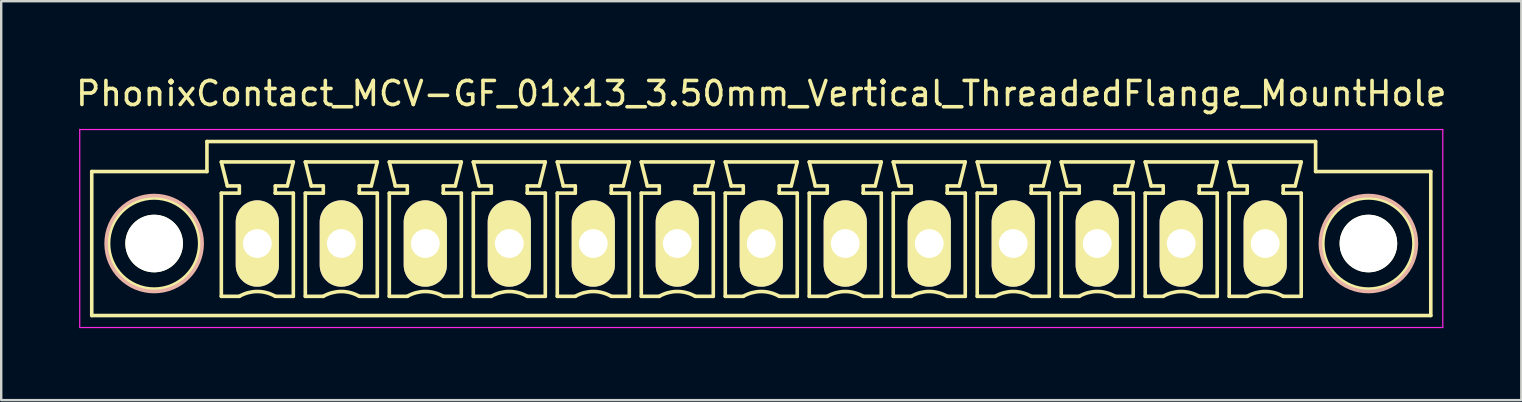
<source format=kicad_pcb>
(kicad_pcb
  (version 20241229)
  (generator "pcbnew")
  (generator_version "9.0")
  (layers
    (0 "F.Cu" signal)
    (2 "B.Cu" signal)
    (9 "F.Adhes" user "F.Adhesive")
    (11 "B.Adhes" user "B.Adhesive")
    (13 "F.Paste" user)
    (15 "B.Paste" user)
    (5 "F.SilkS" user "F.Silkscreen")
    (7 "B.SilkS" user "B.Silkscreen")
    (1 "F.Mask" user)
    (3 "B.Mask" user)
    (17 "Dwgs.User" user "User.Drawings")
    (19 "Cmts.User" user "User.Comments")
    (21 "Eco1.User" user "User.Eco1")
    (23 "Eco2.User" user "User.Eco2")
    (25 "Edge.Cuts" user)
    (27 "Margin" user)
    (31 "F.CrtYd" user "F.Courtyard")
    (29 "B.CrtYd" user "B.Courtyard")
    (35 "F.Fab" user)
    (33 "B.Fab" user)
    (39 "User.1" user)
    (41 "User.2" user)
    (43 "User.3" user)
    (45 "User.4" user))
  (footprint "PhonixContact_MCV-GF_01x13_3.50mm_Vertical_ThreadedFlange_MountHole"
    (layer "F.Cu")
    (at 7.673 7.098)
    (property "Reference" "PhonixContact_MCV-GF_01x13_3.50mm_Vertical_ThreadedFlange_MountHole" (at 21 -6.25 0) (layer "F.SilkS") (effects (font (size 1 1) (thickness 0.15))))
    (attr through_hole)
    (fp_line (start -6.9 -3) (end -6.9 3) (stroke (width 0.15) (type solid)) (layer "F.SilkS"))
    (fp_line (start -6.9 3) (end 48.9 3) (stroke (width 0.15) (type solid)) (layer "F.SilkS"))
    (fp_line (start -2.1 -4.25) (end -2.1 -3) (stroke (width 0.15) (type solid)) (layer "F.SilkS"))
    (fp_line (start -2.1 -3) (end -6.9 -3) (stroke (width 0.15) (type solid)) (layer "F.SilkS"))
    (fp_line (start -1.5 -3.4) (end 1.5 -3.4) (stroke (width 0.15) (type solid)) (layer "F.SilkS"))
    (fp_line (start -1.5 -2.1) (end -0.75 -2.1) (stroke (width 0.15) (type solid)) (layer "F.SilkS"))
    (fp_line (start -1.5 2.2) (end -1.5 -2.1) (stroke (width 0.15) (type solid)) (layer "F.SilkS"))
    (fp_line (start -1.25 -2.4) (end -1.5 -3.4) (stroke (width 0.15) (type solid)) (layer "F.SilkS"))
    (fp_line (start -0.75 -2.4) (end -1.25 -2.4) (stroke (width 0.15) (type solid)) (layer "F.SilkS"))
    (fp_line (start -0.75 -2.1) (end -0.75 -2.4) (stroke (width 0.15) (type solid)) (layer "F.SilkS"))
    (fp_line (start -0.75 2.2) (end -1.5 2.2) (stroke (width 0.15) (type solid)) (layer "F.SilkS"))
    (fp_line (start 0.75 -2.4) (end 0.75 -2.1) (stroke (width 0.15) (type solid)) (layer "F.SilkS"))
    (fp_line (start 0.75 -2.1) (end 0.75 -2.1) (stroke (width 0.15) (type solid)) (layer "F.SilkS"))
    (fp_line (start 0.75 -2.1) (end 1.5 -2.1) (stroke (width 0.15) (type solid)) (layer "F.SilkS"))
    (fp_line (start 1.25 -2.4) (end 0.75 -2.4) (stroke (width 0.15) (type solid)) (layer "F.SilkS"))
    (fp_line (start 1.5 -3.4) (end 1.25 -2.4) (stroke (width 0.15) (type solid)) (layer "F.SilkS"))
    (fp_line (start 1.5 -2.1) (end 1.5 2.2) (stroke (width 0.15) (type solid)) (layer "F.SilkS"))
    (fp_line (start 1.5 2.2) (end 0.75 2.2) (stroke (width 0.15) (type solid)) (layer "F.SilkS"))
    (fp_line (start 2 -3.4) (end 5 -3.4) (stroke (width 0.15) (type solid)) (layer "F.SilkS"))
    (fp_line (start 2 -2.1) (end 2.75 -2.1) (stroke (width 0.15) (type solid)) (layer "F.SilkS"))
    (fp_line (start 2 2.2) (end 2 -2.1) (stroke (width 0.15) (type solid)) (layer "F.SilkS"))
    (fp_line (start 2.25 -2.4) (end 2 -3.4) (stroke (width 0.15) (type solid)) (layer "F.SilkS"))
    (fp_line (start 2.75 -2.4) (end 2.25 -2.4) (stroke (width 0.15) (type solid)) (layer "F.SilkS"))
    (fp_line (start 2.75 -2.1) (end 2.75 -2.4) (stroke (width 0.15) (type solid)) (layer "F.SilkS"))
    (fp_line (start 2.75 2.2) (end 2 2.2) (stroke (width 0.15) (type solid)) (layer "F.SilkS"))
    (fp_line (start 4.25 -2.4) (end 4.25 -2.1) (stroke (width 0.15) (type solid)) (layer "F.SilkS"))
    (fp_line (start 4.25 -2.1) (end 4.25 -2.1) (stroke (width 0.15) (type solid)) (layer "F.SilkS"))
    (fp_line (start 4.25 -2.1) (end 5 -2.1) (stroke (width 0.15) (type solid)) (layer "F.SilkS"))
    (fp_line (start 4.75 -2.4) (end 4.25 -2.4) (stroke (width 0.15) (type solid)) (layer "F.SilkS"))
    (fp_line (start 5 -3.4) (end 4.75 -2.4) (stroke (width 0.15) (type solid)) (layer "F.SilkS"))
    (fp_line (start 5 -2.1) (end 5 2.2) (stroke (width 0.15) (type solid)) (layer "F.SilkS"))
    (fp_line (start 5 2.2) (end 4.25 2.2) (stroke (width 0.15) (type solid)) (layer "F.SilkS"))
    (fp_line (start 5.5 -3.4) (end 8.5 -3.4) (stroke (width 0.15) (type solid)) (layer "F.SilkS"))
    (fp_line (start 5.5 -2.1) (end 6.25 -2.1) (stroke (width 0.15) (type solid)) (layer "F.SilkS"))
    (fp_line (start 5.5 2.2) (end 5.5 -2.1) (stroke (width 0.15) (type solid)) (layer "F.SilkS"))
    (fp_line (start 5.75 -2.4) (end 5.5 -3.4) (stroke (width 0.15) (type solid)) (layer "F.SilkS"))
    (fp_line (start 6.25 -2.4) (end 5.75 -2.4) (stroke (width 0.15) (type solid)) (layer "F.SilkS"))
    (fp_line (start 6.25 -2.1) (end 6.25 -2.4) (stroke (width 0.15) (type solid)) (layer "F.SilkS"))
    (fp_line (start 6.25 2.2) (end 5.5 2.2) (stroke (width 0.15) (type solid)) (layer "F.SilkS"))
    (fp_line (start 7.75 -2.4) (end 7.75 -2.1) (stroke (width 0.15) (type solid)) (layer "F.SilkS"))
    (fp_line (start 7.75 -2.1) (end 7.75 -2.1) (stroke (width 0.15) (type solid)) (layer "F.SilkS"))
    (fp_line (start 7.75 -2.1) (end 8.5 -2.1) (stroke (width 0.15) (type solid)) (layer "F.SilkS"))
    (fp_line (start 8.25 -2.4) (end 7.75 -2.4) (stroke (width 0.15) (type solid)) (layer "F.SilkS"))
    (fp_line (start 8.5 -3.4) (end 8.25 -2.4) (stroke (width 0.15) (type solid)) (layer "F.SilkS"))
    (fp_line (start 8.5 -2.1) (end 8.5 2.2) (stroke (width 0.15) (type solid)) (layer "F.SilkS"))
    (fp_line (start 8.5 2.2) (end 7.75 2.2) (stroke (width 0.15) (type solid)) (layer "F.SilkS"))
    (fp_line (start 9 -3.4) (end 12 -3.4) (stroke (width 0.15) (type solid)) (layer "F.SilkS"))
    (fp_line (start 9 -2.1) (end 9.75 -2.1) (stroke (width 0.15) (type solid)) (layer "F.SilkS"))
    (fp_line (start 9 2.2) (end 9 -2.1) (stroke (width 0.15) (type solid)) (layer "F.SilkS"))
    (fp_line (start 9.25 -2.4) (end 9 -3.4) (stroke (width 0.15) (type solid)) (layer "F.SilkS"))
    (fp_line (start 9.75 -2.4) (end 9.25 -2.4) (stroke (width 0.15) (type solid)) (layer "F.SilkS"))
    (fp_line (start 9.75 -2.1) (end 9.75 -2.4) (stroke (width 0.15) (type solid)) (layer "F.SilkS"))
    (fp_line (start 9.75 2.2) (end 9 2.2) (stroke (width 0.15) (type solid)) (layer "F.SilkS"))
    (fp_line (start 11.25 -2.4) (end 11.25 -2.1) (stroke (width 0.15) (type solid)) (layer "F.SilkS"))
    (fp_line (start 11.25 -2.1) (end 11.25 -2.1) (stroke (width 0.15) (type solid)) (layer "F.SilkS"))
    (fp_line (start 11.25 -2.1) (end 12 -2.1) (stroke (width 0.15) (type solid)) (layer "F.SilkS"))
    (fp_line (start 11.75 -2.4) (end 11.25 -2.4) (stroke (width 0.15) (type solid)) (layer "F.SilkS"))
    (fp_line (start 12 -3.4) (end 11.75 -2.4) (stroke (width 0.15) (type solid)) (layer "F.SilkS"))
    (fp_line (start 12 -2.1) (end 12 2.2) (stroke (width 0.15) (type solid)) (layer "F.SilkS"))
    (fp_line (start 12 2.2) (end 11.25 2.2) (stroke (width 0.15) (type solid)) (layer "F.SilkS"))
    (fp_line (start 12.5 -3.4) (end 15.5 -3.4) (stroke (width 0.15) (type solid)) (layer "F.SilkS"))
    (fp_line (start 12.5 -2.1) (end 13.25 -2.1) (stroke (width 0.15) (type solid)) (layer "F.SilkS"))
    (fp_line (start 12.5 2.2) (end 12.5 -2.1) (stroke (width 0.15) (type solid)) (layer "F.SilkS"))
    (fp_line (start 12.75 -2.4) (end 12.5 -3.4) (stroke (width 0.15) (type solid)) (layer "F.SilkS"))
    (fp_line (start 13.25 -2.4) (end 12.75 -2.4) (stroke (width 0.15) (type solid)) (layer "F.SilkS"))
    (fp_line (start 13.25 -2.1) (end 13.25 -2.4) (stroke (width 0.15) (type solid)) (layer "F.SilkS"))
    (fp_line (start 13.25 2.2) (end 12.5 2.2) (stroke (width 0.15) (type solid)) (layer "F.SilkS"))
    (fp_line (start 14.75 -2.4) (end 14.75 -2.1) (stroke (width 0.15) (type solid)) (layer "F.SilkS"))
    (fp_line (start 14.75 -2.1) (end 14.75 -2.1) (stroke (width 0.15) (type solid)) (layer "F.SilkS"))
    (fp_line (start 14.75 -2.1) (end 15.5 -2.1) (stroke (width 0.15) (type solid)) (layer "F.SilkS"))
    (fp_line (start 15.25 -2.4) (end 14.75 -2.4) (stroke (width 0.15) (type solid)) (layer "F.SilkS"))
    (fp_line (start 15.5 -3.4) (end 15.25 -2.4) (stroke (width 0.15) (type solid)) (layer "F.SilkS"))
    (fp_line (start 15.5 -2.1) (end 15.5 2.2) (stroke (width 0.15) (type solid)) (layer "F.SilkS"))
    (fp_line (start 15.5 2.2) (end 14.75 2.2) (stroke (width 0.15) (type solid)) (layer "F.SilkS"))
    (fp_line (start 16 -3.4) (end 19 -3.4) (stroke (width 0.15) (type solid)) (layer "F.SilkS"))
    (fp_line (start 16 -2.1) (end 16.75 -2.1) (stroke (width 0.15) (type solid)) (layer "F.SilkS"))
    (fp_line (start 16 2.2) (end 16 -2.1) (stroke (width 0.15) (type solid)) (layer "F.SilkS"))
    (fp_line (start 16.25 -2.4) (end 16 -3.4) (stroke (width 0.15) (type solid)) (layer "F.SilkS"))
    (fp_line (start 16.75 -2.4) (end 16.25 -2.4) (stroke (width 0.15) (type solid)) (layer "F.SilkS"))
    (fp_line (start 16.75 -2.1) (end 16.75 -2.4) (stroke (width 0.15) (type solid)) (layer "F.SilkS"))
    (fp_line (start 16.75 2.2) (end 16 2.2) (stroke (width 0.15) (type solid)) (layer "F.SilkS"))
    (fp_line (start 18.25 -2.4) (end 18.25 -2.1) (stroke (width 0.15) (type solid)) (layer "F.SilkS"))
    (fp_line (start 18.25 -2.1) (end 18.25 -2.1) (stroke (width 0.15) (type solid)) (layer "F.SilkS"))
    (fp_line (start 18.25 -2.1) (end 19 -2.1) (stroke (width 0.15) (type solid)) (layer "F.SilkS"))
    (fp_line (start 18.75 -2.4) (end 18.25 -2.4) (stroke (width 0.15) (type solid)) (layer "F.SilkS"))
    (fp_line (start 19 -3.4) (end 18.75 -2.4) (stroke (width 0.15) (type solid)) (layer "F.SilkS"))
    (fp_line (start 19 -2.1) (end 19 2.2) (stroke (width 0.15) (type solid)) (layer "F.SilkS"))
    (fp_line (start 19 2.2) (end 18.25 2.2) (stroke (width 0.15) (type solid)) (layer "F.SilkS"))
    (fp_line (start 19.5 -3.4) (end 22.5 -3.4) (stroke (width 0.15) (type solid)) (layer "F.SilkS"))
    (fp_line (start 19.5 -2.1) (end 20.25 -2.1) (stroke (width 0.15) (type solid)) (layer "F.SilkS"))
    (fp_line (start 19.5 2.2) (end 19.5 -2.1) (stroke (width 0.15) (type solid)) (layer "F.SilkS"))
    (fp_line (start 19.75 -2.4) (end 19.5 -3.4) (stroke (width 0.15) (type solid)) (layer "F.SilkS"))
    (fp_line (start 20.25 -2.4) (end 19.75 -2.4) (stroke (width 0.15) (type solid)) (layer "F.SilkS"))
    (fp_line (start 20.25 -2.1) (end 20.25 -2.4) (stroke (width 0.15) (type solid)) (layer "F.SilkS"))
    (fp_line (start 20.25 2.2) (end 19.5 2.2) (stroke (width 0.15) (type solid)) (layer "F.SilkS"))
    (fp_line (start 21.75 -2.4) (end 21.75 -2.1) (stroke (width 0.15) (type solid)) (layer "F.SilkS"))
    (fp_line (start 21.75 -2.1) (end 21.75 -2.1) (stroke (width 0.15) (type solid)) (layer "F.SilkS"))
    (fp_line (start 21.75 -2.1) (end 22.5 -2.1) (stroke (width 0.15) (type solid)) (layer "F.SilkS"))
    (fp_line (start 22.25 -2.4) (end 21.75 -2.4) (stroke (width 0.15) (type solid)) (layer "F.SilkS"))
    (fp_line (start 22.5 -3.4) (end 22.25 -2.4) (stroke (width 0.15) (type solid)) (layer "F.SilkS"))
    (fp_line (start 22.5 -2.1) (end 22.5 2.2) (stroke (width 0.15) (type solid)) (layer "F.SilkS"))
    (fp_line (start 22.5 2.2) (end 21.75 2.2) (stroke (width 0.15) (type solid)) (layer "F.SilkS"))
    (fp_line (start 23 -3.4) (end 26 -3.4) (stroke (width 0.15) (type solid)) (layer "F.SilkS"))
    (fp_line (start 23 -2.1) (end 23.75 -2.1) (stroke (width 0.15) (type solid)) (layer "F.SilkS"))
    (fp_line (start 23 2.2) (end 23 -2.1) (stroke (width 0.15) (type solid)) (layer "F.SilkS"))
    (fp_line (start 23.25 -2.4) (end 23 -3.4) (stroke (width 0.15) (type solid)) (layer "F.SilkS"))
    (fp_line (start 23.75 -2.4) (end 23.25 -2.4) (stroke (width 0.15) (type solid)) (layer "F.SilkS"))
    (fp_line (start 23.75 -2.1) (end 23.75 -2.4) (stroke (width 0.15) (type solid)) (layer "F.SilkS"))
    (fp_line (start 23.75 2.2) (end 23 2.2) (stroke (width 0.15) (type solid)) (layer "F.SilkS"))
    (fp_line (start 25.25 -2.4) (end 25.25 -2.1) (stroke (width 0.15) (type solid)) (layer "F.SilkS"))
    (fp_line (start 25.25 -2.1) (end 25.25 -2.1) (stroke (width 0.15) (type solid)) (layer "F.SilkS"))
    (fp_line (start 25.25 -2.1) (end 26 -2.1) (stroke (width 0.15) (type solid)) (layer "F.SilkS"))
    (fp_line (start 25.75 -2.4) (end 25.25 -2.4) (stroke (width 0.15) (type solid)) (layer "F.SilkS"))
    (fp_line (start 26 -3.4) (end 25.75 -2.4) (stroke (width 0.15) (type solid)) (layer "F.SilkS"))
    (fp_line (start 26 -2.1) (end 26 2.2) (stroke (width 0.15) (type solid)) (layer "F.SilkS"))
    (fp_line (start 26 2.2) (end 25.25 2.2) (stroke (width 0.15) (type solid)) (layer "F.SilkS"))
    (fp_line (start 26.5 -3.4) (end 29.5 -3.4) (stroke (width 0.15) (type solid)) (layer "F.SilkS"))
    (fp_line (start 26.5 -2.1) (end 27.25 -2.1) (stroke (width 0.15) (type solid)) (layer "F.SilkS"))
    (fp_line (start 26.5 2.2) (end 26.5 -2.1) (stroke (width 0.15) (type solid)) (layer "F.SilkS"))
    (fp_line (start 26.75 -2.4) (end 26.5 -3.4) (stroke (width 0.15) (type solid)) (layer "F.SilkS"))
    (fp_line (start 27.25 -2.4) (end 26.75 -2.4) (stroke (width 0.15) (type solid)) (layer "F.SilkS"))
    (fp_line (start 27.25 -2.1) (end 27.25 -2.4) (stroke (width 0.15) (type solid)) (layer "F.SilkS"))
    (fp_line (start 27.25 2.2) (end 26.5 2.2) (stroke (width 0.15) (type solid)) (layer "F.SilkS"))
    (fp_line (start 28.75 -2.4) (end 28.75 -2.1) (stroke (width 0.15) (type solid)) (layer "F.SilkS"))
    (fp_line (start 28.75 -2.1) (end 28.75 -2.1) (stroke (width 0.15) (type solid)) (layer "F.SilkS"))
    (fp_line (start 28.75 -2.1) (end 29.5 -2.1) (stroke (width 0.15) (type solid)) (layer "F.SilkS"))
    (fp_line (start 29.25 -2.4) (end 28.75 -2.4) (stroke (width 0.15) (type solid)) (layer "F.SilkS"))
    (fp_line (start 29.5 -3.4) (end 29.25 -2.4) (stroke (width 0.15) (type solid)) (layer "F.SilkS"))
    (fp_line (start 29.5 -2.1) (end 29.5 2.2) (stroke (width 0.15) (type solid)) (layer "F.SilkS"))
    (fp_line (start 29.5 2.2) (end 28.75 2.2) (stroke (width 0.15) (type solid)) (layer "F.SilkS"))
    (fp_line (start 30 -3.4) (end 33 -3.4) (stroke (width 0.15) (type solid)) (layer "F.SilkS"))
    (fp_line (start 30 -2.1) (end 30.75 -2.1) (stroke (width 0.15) (type solid)) (layer "F.SilkS"))
    (fp_line (start 30 2.2) (end 30 -2.1) (stroke (width 0.15) (type solid)) (layer "F.SilkS"))
    (fp_line (start 30.25 -2.4) (end 30 -3.4) (stroke (width 0.15) (type solid)) (layer "F.SilkS"))
    (fp_line (start 30.75 -2.4) (end 30.25 -2.4) (stroke (width 0.15) (type solid)) (layer "F.SilkS"))
    (fp_line (start 30.75 -2.1) (end 30.75 -2.4) (stroke (width 0.15) (type solid)) (layer "F.SilkS"))
    (fp_line (start 30.75 2.2) (end 30 2.2) (stroke (width 0.15) (type solid)) (layer "F.SilkS"))
    (fp_line (start 32.25 -2.4) (end 32.25 -2.1) (stroke (width 0.15) (type solid)) (layer "F.SilkS"))
    (fp_line (start 32.25 -2.1) (end 32.25 -2.1) (stroke (width 0.15) (type solid)) (layer "F.SilkS"))
    (fp_line (start 32.25 -2.1) (end 33 -2.1) (stroke (width 0.15) (type solid)) (layer "F.SilkS"))
    (fp_line (start 32.75 -2.4) (end 32.25 -2.4) (stroke (width 0.15) (type solid)) (layer "F.SilkS"))
    (fp_line (start 33 -3.4) (end 32.75 -2.4) (stroke (width 0.15) (type solid)) (layer "F.SilkS"))
    (fp_line (start 33 -2.1) (end 33 2.2) (stroke (width 0.15) (type solid)) (layer "F.SilkS"))
    (fp_line (start 33 2.2) (end 32.25 2.2) (stroke (width 0.15) (type solid)) (layer "F.SilkS"))
    (fp_line (start 33.5 -3.4) (end 36.5 -3.4) (stroke (width 0.15) (type solid)) (layer "F.SilkS"))
    (fp_line (start 33.5 -2.1) (end 34.25 -2.1) (stroke (width 0.15) (type solid)) (layer "F.SilkS"))
    (fp_line (start 33.5 2.2) (end 33.5 -2.1) (stroke (width 0.15) (type solid)) (layer "F.SilkS"))
    (fp_line (start 33.75 -2.4) (end 33.5 -3.4) (stroke (width 0.15) (type solid)) (layer "F.SilkS"))
    (fp_line (start 34.25 -2.4) (end 33.75 -2.4) (stroke (width 0.15) (type solid)) (layer "F.SilkS"))
    (fp_line (start 34.25 -2.1) (end 34.25 -2.4) (stroke (width 0.15) (type solid)) (layer "F.SilkS"))
    (fp_line (start 34.25 2.2) (end 33.5 2.2) (stroke (width 0.15) (type solid)) (layer "F.SilkS"))
    (fp_line (start 35.75 -2.4) (end 35.75 -2.1) (stroke (width 0.15) (type solid)) (layer "F.SilkS"))
    (fp_line (start 35.75 -2.1) (end 35.75 -2.1) (stroke (width 0.15) (type solid)) (layer "F.SilkS"))
    (fp_line (start 35.75 -2.1) (end 36.5 -2.1) (stroke (width 0.15) (type solid)) (layer "F.SilkS"))
    (fp_line (start 36.25 -2.4) (end 35.75 -2.4) (stroke (width 0.15) (type solid)) (layer "F.SilkS"))
    (fp_line (start 36.5 -3.4) (end 36.25 -2.4) (stroke (width 0.15) (type solid)) (layer "F.SilkS"))
    (fp_line (start 36.5 -2.1) (end 36.5 2.2) (stroke (width 0.15) (type solid)) (layer "F.SilkS"))
    (fp_line (start 36.5 2.2) (end 35.75 2.2) (stroke (width 0.15) (type solid)) (layer "F.SilkS"))
    (fp_line (start 37 -3.4) (end 40 -3.4) (stroke (width 0.15) (type solid)) (layer "F.SilkS"))
    (fp_line (start 37 -2.1) (end 37.75 -2.1) (stroke (width 0.15) (type solid)) (layer "F.SilkS"))
    (fp_line (start 37 2.2) (end 37 -2.1) (stroke (width 0.15) (type solid)) (layer "F.SilkS"))
    (fp_line (start 37.25 -2.4) (end 37 -3.4) (stroke (width 0.15) (type solid)) (layer "F.SilkS"))
    (fp_line (start 37.75 -2.4) (end 37.25 -2.4) (stroke (width 0.15) (type solid)) (layer "F.SilkS"))
    (fp_line (start 37.75 -2.1) (end 37.75 -2.4) (stroke (width 0.15) (type solid)) (layer "F.SilkS"))
    (fp_line (start 37.75 2.2) (end 37 2.2) (stroke (width 0.15) (type solid)) (layer "F.SilkS"))
    (fp_line (start 39.25 -2.4) (end 39.25 -2.1) (stroke (width 0.15) (type solid)) (layer "F.SilkS"))
    (fp_line (start 39.25 -2.1) (end 39.25 -2.1) (stroke (width 0.15) (type solid)) (layer "F.SilkS"))
    (fp_line (start 39.25 -2.1) (end 40 -2.1) (stroke (width 0.15) (type solid)) (layer "F.SilkS"))
    (fp_line (start 39.75 -2.4) (end 39.25 -2.4) (stroke (width 0.15) (type solid)) (layer "F.SilkS"))
    (fp_line (start 40 -3.4) (end 39.75 -2.4) (stroke (width 0.15) (type solid)) (layer "F.SilkS"))
    (fp_line (start 40 -2.1) (end 40 2.2) (stroke (width 0.15) (type solid)) (layer "F.SilkS"))
    (fp_line (start 40 2.2) (end 39.25 2.2) (stroke (width 0.15) (type solid)) (layer "F.SilkS"))
    (fp_line (start 40.5 -3.4) (end 43.5 -3.4) (stroke (width 0.15) (type solid)) (layer "F.SilkS"))
    (fp_line (start 40.5 -2.1) (end 41.25 -2.1) (stroke (width 0.15) (type solid)) (layer "F.SilkS"))
    (fp_line (start 40.5 2.2) (end 40.5 -2.1) (stroke (width 0.15) (type solid)) (layer "F.SilkS"))
    (fp_line (start 40.75 -2.4) (end 40.5 -3.4) (stroke (width 0.15) (type solid)) (layer "F.SilkS"))
    (fp_line (start 41.25 -2.4) (end 40.75 -2.4) (stroke (width 0.15) (type solid)) (layer "F.SilkS"))
    (fp_line (start 41.25 -2.1) (end 41.25 -2.4) (stroke (width 0.15) (type solid)) (layer "F.SilkS"))
    (fp_line (start 41.25 2.2) (end 40.5 2.2) (stroke (width 0.15) (type solid)) (layer "F.SilkS"))
    (fp_line (start 42.75 -2.4) (end 42.75 -2.1) (stroke (width 0.15) (type solid)) (layer "F.SilkS"))
    (fp_line (start 42.75 -2.1) (end 42.75 -2.1) (stroke (width 0.15) (type solid)) (layer "F.SilkS"))
    (fp_line (start 42.75 -2.1) (end 43.5 -2.1) (stroke (width 0.15) (type solid)) (layer "F.SilkS"))
    (fp_line (start 43.25 -2.4) (end 42.75 -2.4) (stroke (width 0.15) (type solid)) (layer "F.SilkS"))
    (fp_line (start 43.5 -3.4) (end 43.25 -2.4) (stroke (width 0.15) (type solid)) (layer "F.SilkS"))
    (fp_line (start 43.5 -2.1) (end 43.5 2.2) (stroke (width 0.15) (type solid)) (layer "F.SilkS"))
    (fp_line (start 43.5 2.2) (end 42.75 2.2) (stroke (width 0.15) (type solid)) (layer "F.SilkS"))
    (fp_line (start 44.1 -4.25) (end -2.1 -4.25) (stroke (width 0.15) (type solid)) (layer "F.SilkS"))
    (fp_line (start 44.1 -3) (end 44.1 -4.25) (stroke (width 0.15) (type solid)) (layer "F.SilkS"))
    (fp_line (start 48.9 -3) (end 44.1 -3) (stroke (width 0.15) (type solid)) (layer "F.SilkS"))
    (fp_line (start 48.9 3) (end 48.9 -3) (stroke (width 0.15) (type solid)) (layer "F.SilkS"))
    (fp_arc (start -0.75 2.2) (mid -0.006068 1.999179) (end 0.739464 2.193978) (stroke (width 0.15) (type solid)) (layer "F.SilkS"))
    (fp_arc (start 2.75 2.2) (mid 3.493932 1.999179) (end 4.239464 2.193978) (stroke (width 0.15) (type solid)) (layer "F.SilkS"))
    (fp_arc (start 6.25 2.2) (mid 6.993932 1.999179) (end 7.739464 2.193978) (stroke (width 0.15) (type solid)) (layer "F.SilkS"))
    (fp_arc (start 9.75 2.2) (mid 10.493932 1.999179) (end 11.239464 2.193978) (stroke (width 0.15) (type solid)) (layer "F.SilkS"))
    (fp_arc (start 13.25 2.2) (mid 13.993932 1.999179) (end 14.739464 2.193978) (stroke (width 0.15) (type solid)) (layer "F.SilkS"))
    (fp_arc (start 16.75 2.2) (mid 17.493932 1.999179) (end 18.239464 2.193978) (stroke (width 0.15) (type solid)) (layer "F.SilkS"))
    (fp_arc (start 20.25 2.2) (mid 20.993932 1.999179) (end 21.739464 2.193978) (stroke (width 0.15) (type solid)) (layer "F.SilkS"))
    (fp_arc (start 23.75 2.2) (mid 24.493932 1.999179) (end 25.239464 2.193978) (stroke (width 0.15) (type solid)) (layer "F.SilkS"))
    (fp_arc (start 27.25 2.2) (mid 27.993932 1.999179) (end 28.739464 2.193978) (stroke (width 0.15) (type solid)) (layer "F.SilkS"))
    (fp_arc (start 30.75 2.2) (mid 31.493932 1.999179) (end 32.239464 2.193978) (stroke (width 0.15) (type solid)) (layer "F.SilkS"))
    (fp_arc (start 34.25 2.2) (mid 34.993932 1.999179) (end 35.739464 2.193978) (stroke (width 0.15) (type solid)) (layer "F.SilkS"))
    (fp_arc (start 37.75 2.2) (mid 38.493932 1.999179) (end 39.239464 2.193978) (stroke (width 0.15) (type solid)) (layer "F.SilkS"))
    (fp_arc (start 41.25 2.2) (mid 41.993932 1.999179) (end 42.739464 2.193978) (stroke (width 0.15) (type solid)) (layer "F.SilkS"))
    (fp_circle (center -4.3 0) (end -2.4 0) (stroke (width 0.15) (type solid)) (fill no) (layer "F.SilkS"))
    (fp_circle (center 46.3 0) (end 48.2 0) (stroke (width 0.15) (type solid)) (fill no) (layer "F.SilkS"))
    (fp_circle (center -4.3 0) (end -2.3 0) (stroke (width 0.15) (type solid)) (fill no) (layer "B.SilkS"))
    (fp_circle (center 46.3 0) (end 48.3 0) (stroke (width 0.15) (type solid)) (fill no) (layer "B.SilkS"))
    (fp_line (start -7.4 -4.75) (end -7.4 3.5) (stroke (width 0.05) (type solid)) (layer "F.CrtYd"))
    (fp_line (start -7.4 3.5) (end 49.4 3.5) (stroke (width 0.05) (type solid)) (layer "F.CrtYd"))
    (fp_line (start 49.4 -4.75) (end -7.4 -4.75) (stroke (width 0.05) (type solid)) (layer "F.CrtYd"))
    (fp_line (start 49.4 3.5) (end 49.4 -4.75) (stroke (width 0.05) (type solid)) (layer "F.CrtYd"))
    (pad "" np_thru_hole circle (at -4.3 0) (size 2.4 2.4) (drill 2.4) (layers "*.Cu" "*.Mask" "F.SilkS"))
    (pad "" np_thru_hole circle (at 46.3 0) (size 2.4 2.4) (drill 2.4) (layers "*.Cu" "*.Mask" "F.SilkS"))
    (pad "1" thru_hole oval (at 0 0) (size 1.8 3.6) (drill 1.2) (layers "*.Cu" "*.Mask" "F.SilkS"))
    (pad "2" thru_hole oval (at 3.5 0) (size 1.8 3.6) (drill 1.2) (layers "*.Cu" "*.Mask" "F.SilkS"))
    (pad "3" thru_hole oval (at 7 0) (size 1.8 3.6) (drill 1.2) (layers "*.Cu" "*.Mask" "F.SilkS"))
    (pad "4" thru_hole oval (at 10.5 0) (size 1.8 3.6) (drill 1.2) (layers "*.Cu" "*.Mask" "F.SilkS"))
    (pad "5" thru_hole oval (at 14 0) (size 1.8 3.6) (drill 1.2) (layers "*.Cu" "*.Mask" "F.SilkS"))
    (pad "6" thru_hole oval (at 17.5 0) (size 1.8 3.6) (drill 1.2) (layers "*.Cu" "*.Mask" "F.SilkS"))
    (pad "7" thru_hole oval (at 21 0) (size 1.8 3.6) (drill 1.2) (layers "*.Cu" "*.Mask" "F.SilkS"))
    (pad "8" thru_hole oval (at 24.5 0) (size 1.8 3.6) (drill 1.2) (layers "*.Cu" "*.Mask" "F.SilkS"))
    (pad "9" thru_hole oval (at 28 0) (size 1.8 3.6) (drill 1.2) (layers "*.Cu" "*.Mask" "F.SilkS"))
    (pad "10" thru_hole oval (at 31.5 0) (size 1.8 3.6) (drill 1.2) (layers "*.Cu" "*.Mask" "F.SilkS"))
    (pad "11" thru_hole oval (at 35 0) (size 1.8 3.6) (drill 1.2) (layers "*.Cu" "*.Mask" "F.SilkS"))
    (pad "12" thru_hole oval (at 38.5 0) (size 1.8 3.6) (drill 1.2) (layers "*.Cu" "*.Mask" "F.SilkS"))
    (pad "13" thru_hole oval (at 42 0) (size 1.8 3.6) (drill 1.2) (layers "*.Cu" "*.Mask" "F.SilkS")))
  (gr_rect
    (start -3 -3)
    (end 60.345 13.623)
    (stroke (width 0.1) (type default))
    (fill no)
    (layer "Edge.Cuts")))
</source>
